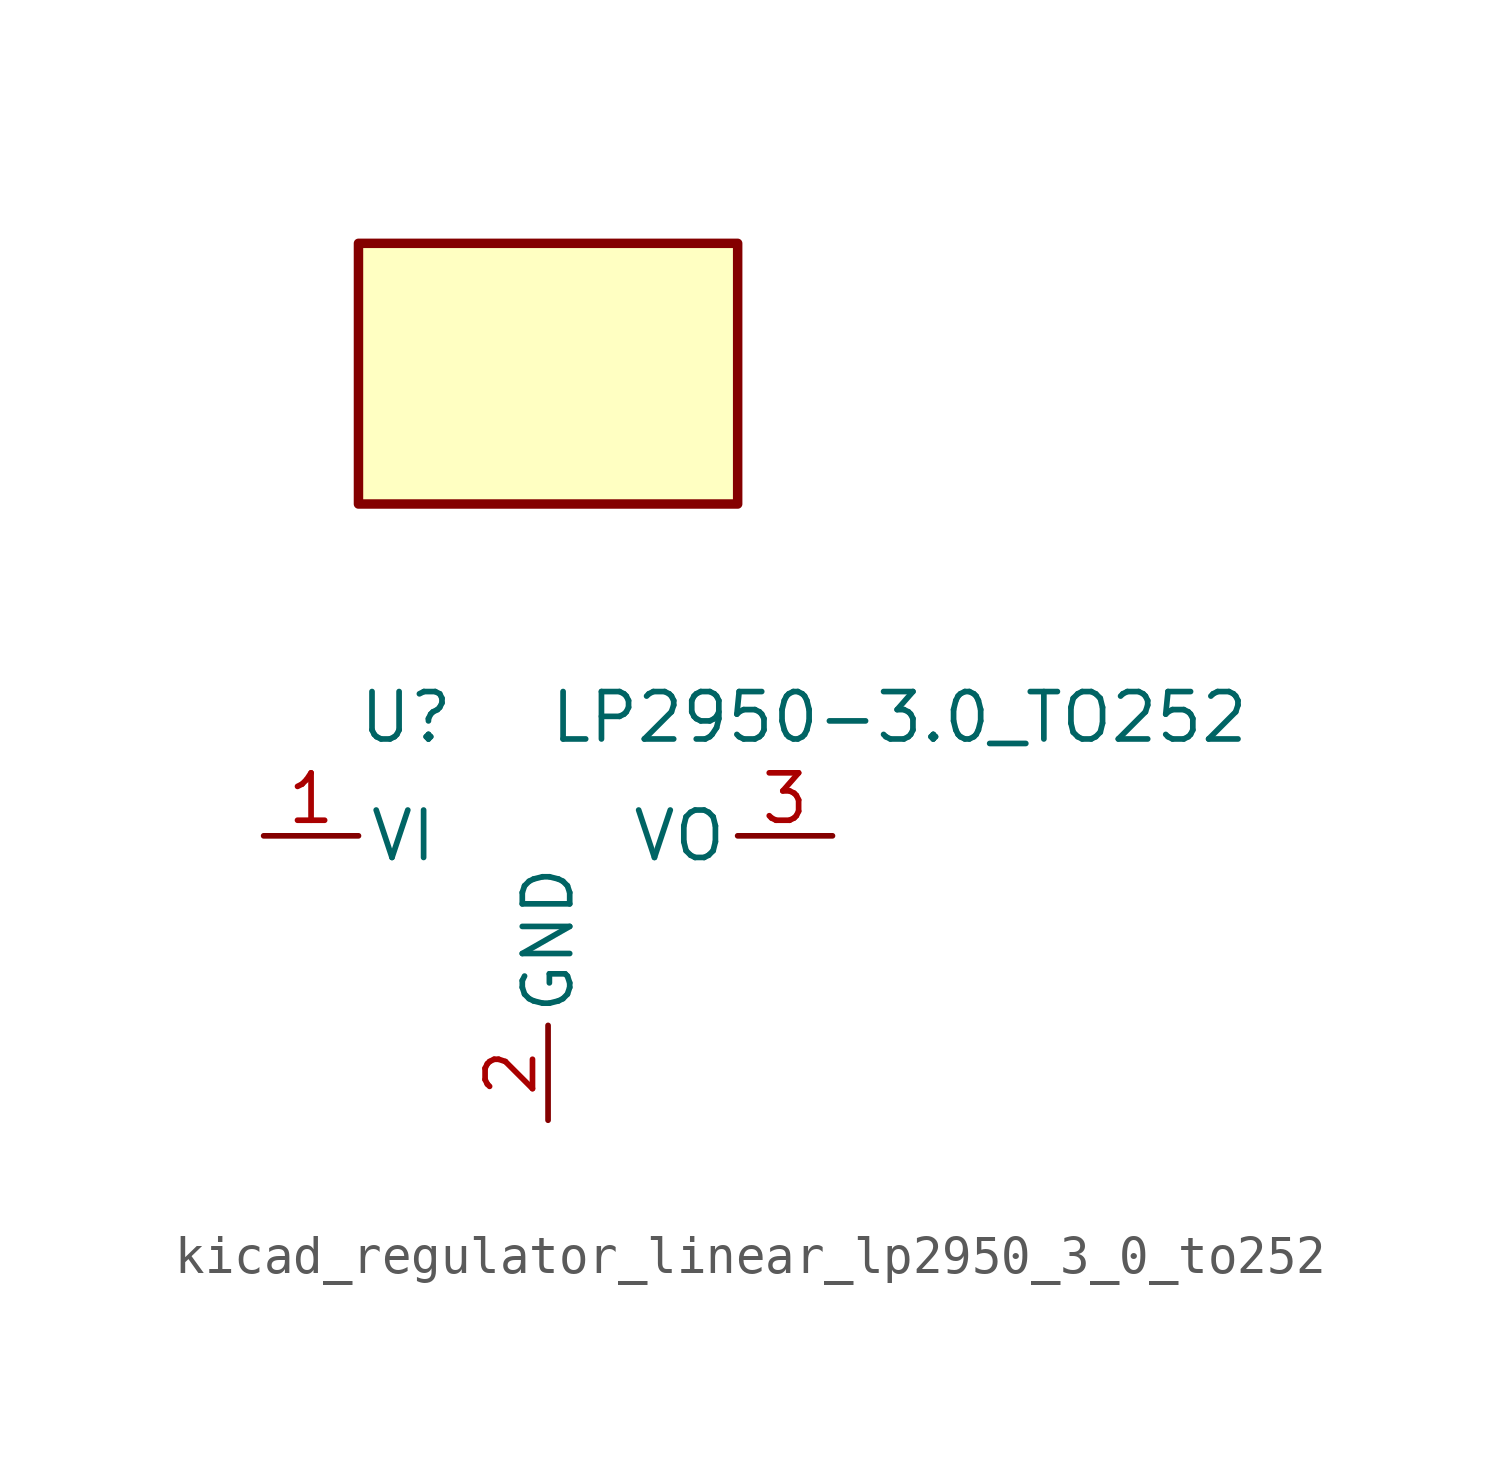
<source format=kicad_sym>
(kicad_symbol_lib
  (version 20220914)
  (generator kicad_symbol_editor)
  (symbol "kicad_regulator_linear_lp2950_3_0_to252"
    (pin_names
      (offset 0.254))
    (property "Reference" "U"
      (at -3.81 3.175 0)
      (effects (font (size 1.27 1.27))))
    (property "Value" "LP2950-3.0_TO252"
      (at 0 3.175 0)
      (effects (font (size 1.27 1.27)) (justify left)))
    (symbol "kicad_regulator_linear_lp2950_3_0_to252_0_1"
      (rectangle (start 5.08 15.875) (end -5.08 8.89) (stroke (width 0.254) (type default)) (fill (type background))))
    (symbol "kicad_regulator_linear_lp2950_3_0_to252_1_1"
      (pin power_in line (at -7.62 0 0) (length 2.54) (name "VI" (effects (font (size 1.27 1.27)))) (number "1" (effects (font (size 1.27 1.27)))))
      (pin power_in line (at 0 -7.62 90) (length 2.54) (name "GND" (effects (font (size 1.27 1.27)))) (number "2" (effects (font (size 1.27 1.27)))))
      (pin power_out line (at 7.62 0 180) (length 2.54) (name "VO" (effects (font (size 1.27 1.27)))) (number "3" (effects (font (size 1.27 1.27))))))))
</source>
